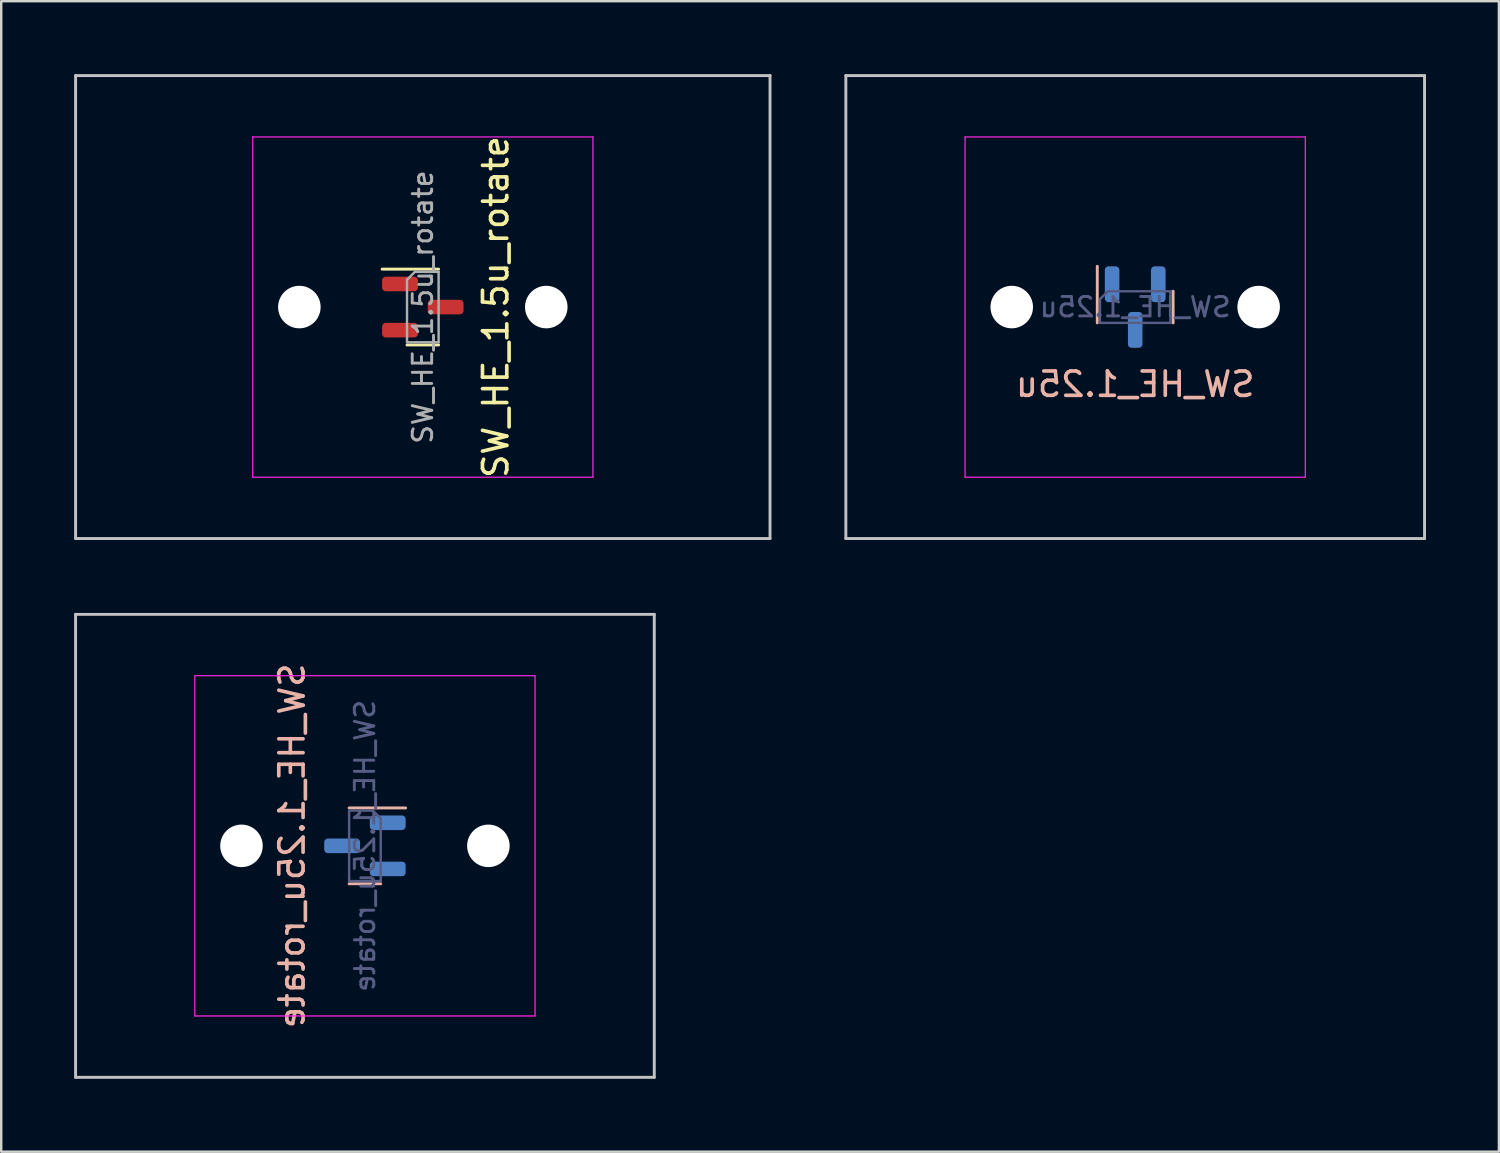
<source format=kicad_pcb>
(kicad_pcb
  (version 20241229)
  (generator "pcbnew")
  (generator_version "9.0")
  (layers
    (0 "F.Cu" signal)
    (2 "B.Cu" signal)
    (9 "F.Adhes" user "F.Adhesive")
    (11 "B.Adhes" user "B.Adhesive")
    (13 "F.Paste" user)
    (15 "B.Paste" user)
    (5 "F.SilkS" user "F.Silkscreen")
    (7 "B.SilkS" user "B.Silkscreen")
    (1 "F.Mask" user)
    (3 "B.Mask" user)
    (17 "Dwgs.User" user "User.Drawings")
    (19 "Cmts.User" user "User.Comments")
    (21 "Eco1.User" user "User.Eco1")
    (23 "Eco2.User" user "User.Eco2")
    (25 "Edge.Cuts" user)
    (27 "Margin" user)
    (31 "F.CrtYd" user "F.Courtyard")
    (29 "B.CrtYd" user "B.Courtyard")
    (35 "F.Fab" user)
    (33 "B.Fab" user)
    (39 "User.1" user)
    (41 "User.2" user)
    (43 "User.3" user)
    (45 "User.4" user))
  (footprint "SW_HE_1.25u_rotate"
    (layer "F.Cu")
    (at 11.966 31.755)
    (property "Reference" "SW_HE_1.25u_rotate" (at -3 0 90) (layer "B.SilkS") (effects (font (size 1 1) (thickness 0.15)) (justify mirror)))
    (attr smd)
    (fp_line (start -0.65 -1.56) (end 1.675 -1.56) (stroke (width 0.12) (type default)) (layer "B.SilkS"))
    (fp_line (start -0.65 1.56) (end 0.65 1.56) (stroke (width 0.12) (type default)) (layer "B.SilkS"))
    (fp_line (start -11.906 9.525) (end -11.906 -9.525) (stroke (width 0.12) (type default)) (layer "Dwgs.User"))
    (fp_line (start -11.906 9.525) (end 11.906 9.525) (stroke (width 0.12) (type default)) (layer "Dwgs.User"))
    (fp_line (start 11.906 -9.525) (end -11.906 -9.525) (stroke (width 0.12) (type default)) (layer "Dwgs.User"))
    (fp_line (start 11.906 9.525) (end 11.906 -9.525) (stroke (width 0.12) (type default)) (layer "Dwgs.User"))
    (fp_line (start -7 6.5) (end -7 -6.5) (stroke (width 0.05) (type solid)) (layer "Eco2.User"))
    (fp_line (start -6.5 -7) (end 6.5 -7) (stroke (width 0.05) (type solid)) (layer "Eco2.User"))
    (fp_line (start 6.5 7) (end -6.5 7) (stroke (width 0.05) (type solid)) (layer "Eco2.User"))
    (fp_line (start 7 -6.5) (end 7 6.5) (stroke (width 0.05) (type solid)) (layer "Eco2.User"))
    (fp_arc (start -7 -6.5) (mid -6.853553 -6.853553) (end -6.5 -7) (stroke (width 0.05) (type solid)) (layer "Eco2.User"))
    (fp_arc (start -6.5 7) (mid -6.853553 6.853553) (end -7 6.5) (stroke (width 0.05) (type solid)) (layer "Eco2.User"))
    (fp_arc (start 6.5 -7) (mid 6.853553 -6.853553) (end 7 -6.5) (stroke (width 0.05) (type solid)) (layer "Eco2.User"))
    (fp_arc (start 6.997236 6.498884) (mid 6.850789 6.852437) (end 6.497236 6.998884) (stroke (width 0.05) (type solid)) (layer "Eco2.User"))
    (fp_line (start -7 -7) (end -7 7) (stroke (width 0.05) (type solid)) (layer "F.CrtYd"))
    (fp_line (start -7 7) (end 7 7) (stroke (width 0.05) (type solid)) (layer "F.CrtYd"))
    (fp_line (start 7 -7) (end -7 -7) (stroke (width 0.05) (type solid)) (layer "F.CrtYd"))
    (fp_line (start 7 7) (end 7 -7) (stroke (width 0.05) (type solid)) (layer "F.CrtYd"))
    (fp_line (start -0.65 -1.45) (end -0.65 1.45) (stroke (width 0.1) (type default)) (layer "B.Fab"))
    (fp_line (start -0.65 -1.45) (end 0.325 -1.45) (stroke (width 0.1) (type default)) (layer "B.Fab"))
    (fp_line (start 0.65 -1.125) (end 0.325 -1.45) (stroke (width 0.1) (type default)) (layer "B.Fab"))
    (fp_line (start 0.65 -1.125) (end 0.65 1.45) (stroke (width 0.1) (type default)) (layer "B.Fab"))
    (fp_line (start 0.65 1.45) (end -0.65 1.45) (stroke (width 0.1) (type default)) (layer "B.Fab"))
    (fp_text user "${REFERENCE}" (at 0 0 270) (layer "B.Fab") (effects (font (size 0.8 0.8) (thickness 0.12)) (justify mirror)))
    (pad "" np_thru_hole circle (at -5.08 0) (size 1.75 1.75) (drill 1.75) (layers "*.Cu" "*.Mask"))
    (pad "" np_thru_hole circle (at 5.08 0) (size 1.75 1.75) (drill 1.75) (layers "*.Cu" "*.Mask"))
    (pad "1" smd roundrect (at 0.938 -0.95) (size 1.475 0.6) (layers "B.Cu" "B.Mask" "B.Paste") (roundrect_rratio 0.25))
    (pad "2" smd roundrect (at 0.938 0.95) (size 1.475 0.6) (layers "B.Cu" "B.Mask" "B.Paste") (roundrect_rratio 0.25))
    (pad "3" smd roundrect (at -0.938 0) (size 1.475 0.6) (layers "B.Cu" "B.Mask" "B.Paste") (roundrect_rratio 0.25))
    (zone (net_name "") (layers "F.Cu" "B.Cu") (hatch edge 0.5) (connect_pads) (min_thickness 0.25) (filled_areas_thickness no) (keepout (tracks allowed) (vias allowed) (pads allowed) (copperpour not_allowed) (footprints allowed)) (placement (enabled no)) (fill) (polygon (pts (arc (start 10.04625 30.335) (mid 10.192697 29.981447) (end 10.54625 29.835)) (arc (start 13.38625 29.835) (mid 13.739803 29.981447) (end 13.88625 30.335)) (arc (start 13.88625 33.175) (mid 13.739803 33.528553) (end 13.38625 33.675)) (arc (start 10.54625 33.675) (mid 10.192697 33.528553) (end 10.04625 33.175))))))
  (footprint "SW_HE_1.5u_rotate"
    (layer "F.Cu")
    (at 14.348 9.585)
    (property "Reference" "SW_HE_1.5u_rotate" (at 3 0 270) (layer "F.SilkS") (effects (font (size 1 1) (thickness 0.15))))
    (attr smd)
    (fp_line (start -1.675 -1.56) (end 0.65 -1.56) (stroke (width 0.12) (type default)) (layer "F.SilkS"))
    (fp_line (start -0.65 1.56) (end 0.65 1.56) (stroke (width 0.12) (type default)) (layer "F.SilkS"))
    (fp_line (start -14.287 9.525) (end -14.287 -9.525) (stroke (width 0.12) (type default)) (layer "Dwgs.User"))
    (fp_line (start 14.287 -9.525) (end -14.287 -9.525) (stroke (width 0.12) (type default)) (layer "Dwgs.User"))
    (fp_line (start 14.287 9.525) (end -14.287 9.525) (stroke (width 0.12) (type default)) (layer "Dwgs.User"))
    (fp_line (start 14.287 9.525) (end 14.287 -9.525) (stroke (width 0.12) (type default)) (layer "Dwgs.User"))
    (fp_line (start -7 6.5) (end -7 -6.5) (stroke (width 0.05) (type solid)) (layer "Eco2.User"))
    (fp_line (start -6.5 -7) (end 6.5 -7) (stroke (width 0.05) (type solid)) (layer "Eco2.User"))
    (fp_line (start 6.5 7) (end -6.5 7) (stroke (width 0.05) (type solid)) (layer "Eco2.User"))
    (fp_line (start 7 -6.5) (end 7 6.5) (stroke (width 0.05) (type solid)) (layer "Eco2.User"))
    (fp_arc (start -7 -6.5) (mid -6.853553 -6.853553) (end -6.5 -7) (stroke (width 0.05) (type solid)) (layer "Eco2.User"))
    (fp_arc (start -6.5 7) (mid -6.853553 6.853553) (end -7 6.5) (stroke (width 0.05) (type solid)) (layer "Eco2.User"))
    (fp_arc (start 6.5 -7) (mid 6.853553 -6.853553) (end 7 -6.5) (stroke (width 0.05) (type solid)) (layer "Eco2.User"))
    (fp_arc (start 6.997236 6.498884) (mid 6.850789 6.852437) (end 6.497236 6.998884) (stroke (width 0.05) (type solid)) (layer "Eco2.User"))
    (fp_line (start -7 -7) (end -7 7) (stroke (width 0.05) (type solid)) (layer "F.CrtYd"))
    (fp_line (start -7 7) (end 7 7) (stroke (width 0.05) (type solid)) (layer "F.CrtYd"))
    (fp_line (start 7 -7) (end -7 -7) (stroke (width 0.05) (type solid)) (layer "F.CrtYd"))
    (fp_line (start 7 7) (end 7 -7) (stroke (width 0.05) (type solid)) (layer "F.CrtYd"))
    (fp_line (start -0.65 1.45) (end -0.65 -1.125) (stroke (width 0.1) (type default)) (layer "F.Fab"))
    (fp_line (start -0.325 -1.45) (end -0.65 -1.125) (stroke (width 0.1) (type default)) (layer "F.Fab"))
    (fp_line (start -0.325 -1.45) (end 0.65 -1.45) (stroke (width 0.1) (type default)) (layer "F.Fab"))
    (fp_line (start 0.65 1.45) (end -0.65 1.45) (stroke (width 0.1) (type default)) (layer "F.Fab"))
    (fp_line (start 0.65 1.45) (end 0.65 -1.45) (stroke (width 0.1) (type default)) (layer "F.Fab"))
    (fp_text user "${REFERENCE}" (at 0 0 90) (layer "F.Fab") (effects (font (size 0.8 0.8) (thickness 0.12))))
    (pad "" np_thru_hole circle (at -5.08 0) (size 1.75 1.75) (drill 1.75) (layers "*.Cu" "*.Mask"))
    (pad "" np_thru_hole circle (at 5.08 0) (size 1.75 1.75) (drill 1.75) (layers "*.Cu" "*.Mask"))
    (pad "1" smd roundrect (at -0.938 -0.95) (size 1.475 0.6) (layers "F.Cu" "F.Mask" "F.Paste") (roundrect_rratio 0.25))
    (pad "2" smd roundrect (at -0.938 0.95) (size 1.475 0.6) (layers "F.Cu" "F.Mask" "F.Paste") (roundrect_rratio 0.25))
    (pad "3" smd roundrect (at 0.938 0) (size 1.475 0.6) (layers "F.Cu" "F.Mask" "F.Paste") (roundrect_rratio 0.25))
    (zone (net_name "") (layers "F.Cu" "B.Cu") (hatch edge 0.5) (connect_pads) (min_thickness 0.25) (filled_areas_thickness no) (keepout (tracks allowed) (vias allowed) (pads allowed) (copperpour not_allowed) (footprints allowed)) (placement (enabled no)) (fill) (polygon (pts (arc (start 12.9275 7.665) (mid 12.573947 7.811447) (end 12.4275 8.165)) (arc (start 12.4275 11.005) (mid 12.573947 11.358553) (end 12.9275 11.505)) (arc (start 15.7675 11.505) (mid 16.121053 11.358553) (end 16.2675 11.005)) (arc (start 16.2675 8.165) (mid 16.121053 7.811447) (end 15.7675 7.665))))))
  (footprint "SW_HE_1.25u"
    (layer "F.Cu")
    (at 43.661 9.585)
    (property "Reference" "SW_HE_1.25u" (at 0 3.175 0) (layer "B.SilkS") (effects (font (size 1 1) (thickness 0.15)) (justify mirror)))
    (attr smd)
    (fp_line (start -1.56 0.65) (end -1.56 -1.675) (stroke (width 0.12) (type default)) (layer "B.SilkS"))
    (fp_line (start 1.56 0.65) (end 1.56 -0.65) (stroke (width 0.12) (type default)) (layer "B.SilkS"))
    (fp_line (start -11.906 9.525) (end -11.906 -9.525) (stroke (width 0.12) (type default)) (layer "Dwgs.User"))
    (fp_line (start -11.906 9.525) (end 11.906 9.525) (stroke (width 0.12) (type default)) (layer "Dwgs.User"))
    (fp_line (start 11.906 -9.525) (end -11.906 -9.525) (stroke (width 0.12) (type default)) (layer "Dwgs.User"))
    (fp_line (start 11.906 9.525) (end 11.906 -9.525) (stroke (width 0.12) (type default)) (layer "Dwgs.User"))
    (fp_line (start -7 6.5) (end -7 -6.5) (stroke (width 0.05) (type solid)) (layer "Eco2.User"))
    (fp_line (start -6.5 -7) (end 6.5 -7) (stroke (width 0.05) (type solid)) (layer "Eco2.User"))
    (fp_line (start 6.5 7) (end -6.5 7) (stroke (width 0.05) (type solid)) (layer "Eco2.User"))
    (fp_line (start 7 -6.5) (end 7 6.5) (stroke (width 0.05) (type solid)) (layer "Eco2.User"))
    (fp_arc (start -7 -6.5) (mid -6.853553 -6.853553) (end -6.5 -7) (stroke (width 0.05) (type solid)) (layer "Eco2.User"))
    (fp_arc (start -6.5 7) (mid -6.853553 6.853553) (end -7 6.5) (stroke (width 0.05) (type solid)) (layer "Eco2.User"))
    (fp_arc (start 6.5 -7) (mid 6.853553 -6.853553) (end 7 -6.5) (stroke (width 0.05) (type solid)) (layer "Eco2.User"))
    (fp_arc (start 6.997236 6.498884) (mid 6.850789 6.852437) (end 6.497236 6.998884) (stroke (width 0.05) (type solid)) (layer "Eco2.User"))
    (fp_line (start -7 -7) (end -7 7) (stroke (width 0.05) (type solid)) (layer "F.CrtYd"))
    (fp_line (start -7 7) (end 7 7) (stroke (width 0.05) (type solid)) (layer "F.CrtYd"))
    (fp_line (start 7 -7) (end -7 -7) (stroke (width 0.05) (type solid)) (layer "F.CrtYd"))
    (fp_line (start 7 7) (end 7 -7) (stroke (width 0.05) (type solid)) (layer "F.CrtYd"))
    (fp_line (start -1.45 0.65) (end -1.45 -0.325) (stroke (width 0.1) (type default)) (layer "B.Fab"))
    (fp_line (start -1.45 0.65) (end 1.45 0.65) (stroke (width 0.1) (type default)) (layer "B.Fab"))
    (fp_line (start -1.125 -0.65) (end -1.45 -0.325) (stroke (width 0.1) (type default)) (layer "B.Fab"))
    (fp_line (start -1.125 -0.65) (end 1.45 -0.65) (stroke (width 0.1) (type default)) (layer "B.Fab"))
    (fp_line (start 1.45 -0.65) (end 1.45 0.65) (stroke (width 0.1) (type default)) (layer "B.Fab"))
    (fp_text user "${REFERENCE}" (at 0 0 0) (layer "B.Fab") (effects (font (size 0.8 0.8) (thickness 0.12)) (justify mirror)))
    (pad "" np_thru_hole circle (at -5.08 0) (size 1.75 1.75) (drill 1.75) (layers "*.Cu" "*.Mask"))
    (pad "" np_thru_hole circle (at 5.08 0) (size 1.75 1.75) (drill 1.75) (layers "*.Cu" "*.Mask"))
    (pad "1" smd roundrect (at -0.95 -0.938 90) (size 1.475 0.6) (layers "B.Cu" "B.Mask" "B.Paste") (roundrect_rratio 0.25))
    (pad "2" smd roundrect (at 0.95 -0.938 90) (size 1.475 0.6) (layers "B.Cu" "B.Mask" "B.Paste") (roundrect_rratio 0.25))
    (pad "3" smd roundrect (at 0 0.938 90) (size 1.475 0.6) (layers "B.Cu" "B.Mask" "B.Paste") (roundrect_rratio 0.25))
    (zone (net_name "") (layers "F.Cu" "B.Cu") (hatch edge 0.5) (connect_pads) (min_thickness 0.25) (filled_areas_thickness no) (keepout (tracks allowed) (vias allowed) (pads allowed) (copperpour not_allowed) (footprints allowed)) (placement (enabled no)) (fill) (polygon (pts (arc (start 41.74125 8.165) (mid 41.887697 7.811447) (end 42.24125 7.665)) (arc (start 45.08125 7.665) (mid 45.434803 7.811447) (end 45.58125 8.165)) (arc (start 45.58125 11.005) (mid 45.434803 11.358553) (end 45.08125 11.505)) (arc (start 42.24125 11.505) (mid 41.887697 11.358553) (end 41.74125 11.005))))))
  (gr_rect
    (start -3 -3)
    (end 58.627 44.34)
    (stroke (width 0.1) (type default))
    (fill no)
    (layer "Edge.Cuts")))
</source>
